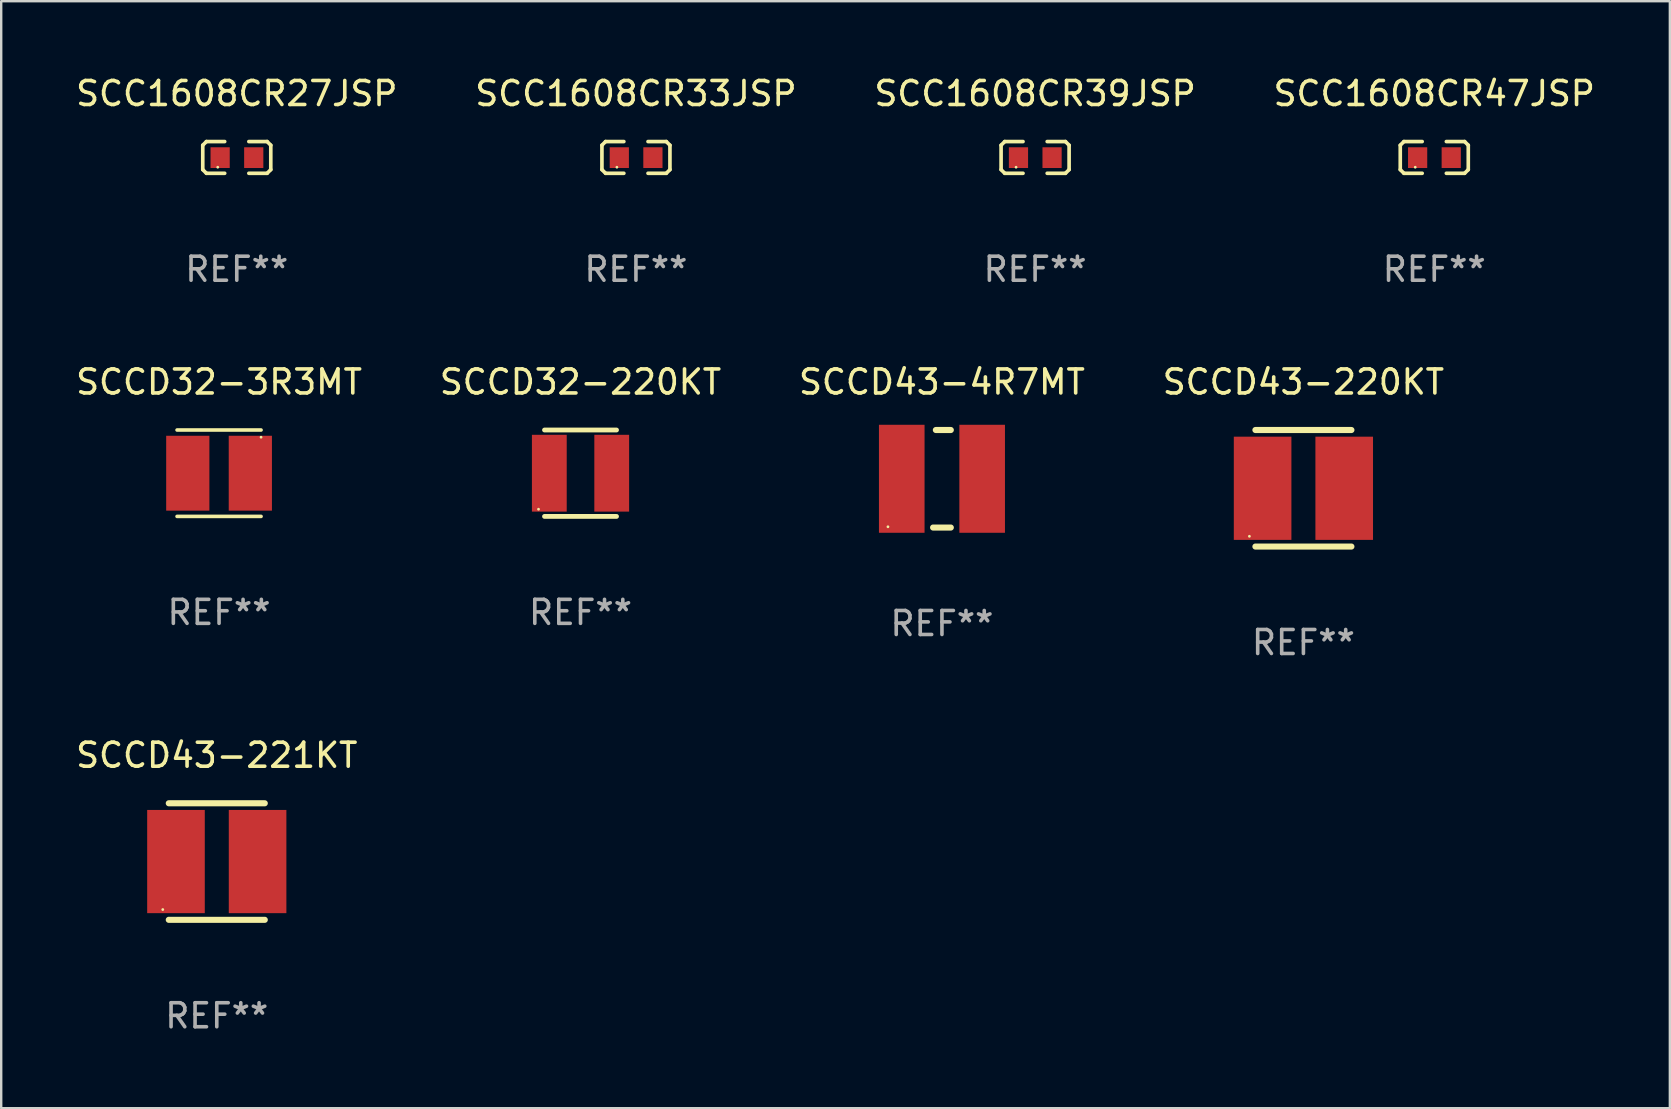
<source format=kicad_pcb>
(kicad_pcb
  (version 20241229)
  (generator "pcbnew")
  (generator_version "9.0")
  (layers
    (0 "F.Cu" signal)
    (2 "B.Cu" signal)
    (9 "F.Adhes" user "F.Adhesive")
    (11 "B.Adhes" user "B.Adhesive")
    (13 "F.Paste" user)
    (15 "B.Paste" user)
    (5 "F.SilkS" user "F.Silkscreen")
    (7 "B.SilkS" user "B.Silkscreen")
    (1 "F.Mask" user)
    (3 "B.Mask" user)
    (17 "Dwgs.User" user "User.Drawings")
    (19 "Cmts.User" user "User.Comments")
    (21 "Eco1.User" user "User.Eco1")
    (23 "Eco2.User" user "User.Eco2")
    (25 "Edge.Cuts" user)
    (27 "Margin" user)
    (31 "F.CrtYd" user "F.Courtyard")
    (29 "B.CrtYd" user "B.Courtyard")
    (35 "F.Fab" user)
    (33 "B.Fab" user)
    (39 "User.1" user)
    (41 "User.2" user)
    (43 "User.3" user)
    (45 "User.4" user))
  (footprint "SCC1608CR47JSP"
    (layer "F.Cu")
    (at 56.708 3.509)
    (property "Reference" "SCC1608CR47JSP" (at 0 -2.661 0) (layer "F.SilkS") (effects (font (size 1 1) (thickness 0.15))))
    (attr through_hole)
    (fp_line (start -1.417 -0.508) (end -1.265 -0.661) (stroke (width 0.152) (type solid)) (layer "F.SilkS"))
    (fp_line (start -1.417 0.508) (end -1.417 -0.508) (stroke (width 0.152) (type solid)) (layer "F.SilkS"))
    (fp_line (start -1.265 -0.661) (end -0.503 -0.661) (stroke (width 0.152) (type solid)) (layer "F.SilkS"))
    (fp_line (start -1.265 0.661) (end -1.417 0.508) (stroke (width 0.152) (type solid)) (layer "F.SilkS"))
    (fp_line (start -1.265 0.661) (end -0.503 0.661) (stroke (width 0.152) (type solid)) (layer "F.SilkS"))
    (fp_line (start 1.265 -0.661) (end 0.503 -0.661) (stroke (width 0.152) (type solid)) (layer "F.SilkS"))
    (fp_line (start 1.265 -0.661) (end 1.417 -0.508) (stroke (width 0.152) (type solid)) (layer "F.SilkS"))
    (fp_line (start 1.265 0.661) (end 0.503 0.661) (stroke (width 0.152) (type solid)) (layer "F.SilkS"))
    (fp_line (start 1.417 -0.508) (end 1.417 0.508) (stroke (width 0.152) (type solid)) (layer "F.SilkS"))
    (fp_line (start 1.417 0.508) (end 1.265 0.661) (stroke (width 0.152) (type solid)) (layer "F.SilkS"))
    (fp_circle (center -0.793 0.409) (end -0.763 0.409) (stroke (width 0.06) (type solid)) (fill no) (layer "F.SilkS"))
    (fp_text user "REF**" (at 0 4.661 0) (layer "F.Fab") (effects (font (size 1 1) (thickness 0.15))))
    (pad "1" smd rect (at -0.693 0.009 180) (size 0.8 0.864) (layers "F.Cu" "F.Mask" "F.Paste"))
    (pad "2" smd rect (at 0.707 0.009 180) (size 0.8 0.864) (layers "F.Cu" "F.Mask" "F.Paste")))
  (footprint "SCCD32-3R3MT"
    (layer "F.Cu")
    (at 6.077 16.666)
    (property "Reference" "SCCD32-3R3MT" (at 0 -3.8 0) (layer "F.SilkS") (effects (font (size 1 1) (thickness 0.15))))
    (attr through_hole)
    (fp_line (start -1.75 -1.8) (end 1.75 -1.8) (stroke (width 0.15) (type solid)) (layer "F.SilkS"))
    (fp_line (start 1.75 1.8) (end -1.75 1.8) (stroke (width 0.15) (type solid)) (layer "F.SilkS"))
    (fp_circle (center 1.75 -1.5) (end 1.78 -1.5) (stroke (width 0.06) (type solid)) (fill no) (layer "F.SilkS"))
    (fp_text user "REF**" (at 0 5.8 0) (layer "F.Fab") (effects (font (size 1 1) (thickness 0.15))))
    (pad "1" smd rect (at 1.303 0.000051) (size 1.8 3.12) (layers "F.Cu" "F.Mask" "F.Paste"))
    (pad "2" smd rect (at -1.303 0.000051) (size 1.8 3.12) (layers "F.Cu" "F.Mask" "F.Paste")))
  (footprint "SCC1608CR33JSP"
    (layer "F.Cu")
    (at 23.446 3.509)
    (property "Reference" "SCC1608CR33JSP" (at 0 -2.661 0) (layer "F.SilkS") (effects (font (size 1 1) (thickness 0.15))))
    (attr through_hole)
    (fp_line (start -1.417 -0.508) (end -1.265 -0.661) (stroke (width 0.152) (type solid)) (layer "F.SilkS"))
    (fp_line (start -1.417 0.508) (end -1.417 -0.508) (stroke (width 0.152) (type solid)) (layer "F.SilkS"))
    (fp_line (start -1.265 -0.661) (end -0.503 -0.661) (stroke (width 0.152) (type solid)) (layer "F.SilkS"))
    (fp_line (start -1.265 0.661) (end -1.417 0.508) (stroke (width 0.152) (type solid)) (layer "F.SilkS"))
    (fp_line (start -1.265 0.661) (end -0.503 0.661) (stroke (width 0.152) (type solid)) (layer "F.SilkS"))
    (fp_line (start 1.265 -0.661) (end 0.503 -0.661) (stroke (width 0.152) (type solid)) (layer "F.SilkS"))
    (fp_line (start 1.265 -0.661) (end 1.417 -0.508) (stroke (width 0.152) (type solid)) (layer "F.SilkS"))
    (fp_line (start 1.265 0.661) (end 0.503 0.661) (stroke (width 0.152) (type solid)) (layer "F.SilkS"))
    (fp_line (start 1.417 -0.508) (end 1.417 0.508) (stroke (width 0.152) (type solid)) (layer "F.SilkS"))
    (fp_line (start 1.417 0.508) (end 1.265 0.661) (stroke (width 0.152) (type solid)) (layer "F.SilkS"))
    (fp_circle (center -0.793 0.409) (end -0.763 0.409) (stroke (width 0.06) (type solid)) (fill no) (layer "F.SilkS"))
    (fp_text user "REF**" (at 0 4.661 0) (layer "F.Fab") (effects (font (size 1 1) (thickness 0.15))))
    (pad "1" smd rect (at -0.693 0.009 180) (size 0.8 0.864) (layers "F.Cu" "F.Mask" "F.Paste"))
    (pad "2" smd rect (at 0.707 0.009 180) (size 0.8 0.864) (layers "F.Cu" "F.Mask" "F.Paste")))
  (footprint "SCC1608CR27JSP"
    (layer "F.Cu")
    (at 6.815 3.509)
    (property "Reference" "SCC1608CR27JSP" (at 0 -2.661 0) (layer "F.SilkS") (effects (font (size 1 1) (thickness 0.15))))
    (attr through_hole)
    (fp_line (start -1.417 -0.508) (end -1.265 -0.661) (stroke (width 0.152) (type solid)) (layer "F.SilkS"))
    (fp_line (start -1.417 0.508) (end -1.417 -0.508) (stroke (width 0.152) (type solid)) (layer "F.SilkS"))
    (fp_line (start -1.265 -0.661) (end -0.503 -0.661) (stroke (width 0.152) (type solid)) (layer "F.SilkS"))
    (fp_line (start -1.265 0.661) (end -1.417 0.508) (stroke (width 0.152) (type solid)) (layer "F.SilkS"))
    (fp_line (start -1.265 0.661) (end -0.503 0.661) (stroke (width 0.152) (type solid)) (layer "F.SilkS"))
    (fp_line (start 1.265 -0.661) (end 0.503 -0.661) (stroke (width 0.152) (type solid)) (layer "F.SilkS"))
    (fp_line (start 1.265 -0.661) (end 1.417 -0.508) (stroke (width 0.152) (type solid)) (layer "F.SilkS"))
    (fp_line (start 1.265 0.661) (end 0.503 0.661) (stroke (width 0.152) (type solid)) (layer "F.SilkS"))
    (fp_line (start 1.417 -0.508) (end 1.417 0.508) (stroke (width 0.152) (type solid)) (layer "F.SilkS"))
    (fp_line (start 1.417 0.508) (end 1.265 0.661) (stroke (width 0.152) (type solid)) (layer "F.SilkS"))
    (fp_circle (center -0.793 0.409) (end -0.763 0.409) (stroke (width 0.06) (type solid)) (fill no) (layer "F.SilkS"))
    (fp_text user "REF**" (at 0 4.661 0) (layer "F.Fab") (effects (font (size 1 1) (thickness 0.15))))
    (pad "1" smd rect (at -0.693 0.009 180) (size 0.8 0.864) (layers "F.Cu" "F.Mask" "F.Paste"))
    (pad "2" smd rect (at 0.707 0.009 180) (size 0.8 0.864) (layers "F.Cu" "F.Mask" "F.Paste")))
  (footprint "SCCD43-4R7MT"
    (layer "F.Cu")
    (at 36.196 16.898)
    (property "Reference" "SCCD43-4R7MT" (at 0 -4.032 0) (layer "F.SilkS") (effects (font (size 1 1) (thickness 0.15))))
    (attr through_hole)
    (fp_line (start -0.369 2.032) (end 0.369 2.032) (stroke (width 0.254) (type solid)) (layer "F.SilkS"))
    (fp_line (start -0.254 -2.032) (end 0.369 -2.032) (stroke (width 0.254) (type solid)) (layer "F.SilkS"))
    (fp_circle (center -2.25 2) (end -2.22 2) (stroke (width 0.06) (type solid)) (fill no) (layer "F.SilkS"))
    (fp_text user "REF**" (at 0 6.032 0) (layer "F.Fab") (effects (font (size 1 1) (thickness 0.15))))
    (pad "1" smd rect (at -1.675 0 90) (size 4.5 1.9) (layers "F.Cu" "F.Mask" "F.Paste"))
    (pad "2" smd rect (at 1.675 0 90) (size 4.5 1.9) (layers "F.Cu" "F.Mask" "F.Paste")))
  (footprint "SCCD43-220KT"
    (layer "F.Cu")
    (at 51.256 17.294)
    (property "Reference" "SCCD43-220KT" (at 0 -4.428 0) (layer "F.SilkS") (effects (font (size 1 1) (thickness 0.15))))
    (attr through_hole)
    (fp_line (start -2 -2.428) (end 2 -2.428) (stroke (width 0.254) (type solid)) (layer "F.SilkS"))
    (fp_line (start 2 2.428) (end -2 2.428) (stroke (width 0.254) (type solid)) (layer "F.SilkS"))
    (fp_circle (center -2.25 2) (end -2.22 2) (stroke (width 0.06) (type solid)) (fill no) (layer "F.SilkS"))
    (fp_text user "REF**" (at 0 6.428 0) (layer "F.Fab") (effects (font (size 1 1) (thickness 0.15))))
    (pad "1" smd rect (at -1.7 0 90) (size 4.3 2.4) (layers "F.Cu" "F.Mask" "F.Paste"))
    (pad "2" smd rect (at 1.7 0 90) (size 4.3 2.4) (layers "F.Cu" "F.Mask" "F.Paste")))
  (footprint "SCC1608CR39JSP"
    (layer "F.Cu")
    (at 40.077 3.509)
    (property "Reference" "SCC1608CR39JSP" (at 0 -2.661 0) (layer "F.SilkS") (effects (font (size 1 1) (thickness 0.15))))
    (attr through_hole)
    (fp_line (start -1.417 -0.508) (end -1.265 -0.661) (stroke (width 0.152) (type solid)) (layer "F.SilkS"))
    (fp_line (start -1.417 0.508) (end -1.417 -0.508) (stroke (width 0.152) (type solid)) (layer "F.SilkS"))
    (fp_line (start -1.265 -0.661) (end -0.503 -0.661) (stroke (width 0.152) (type solid)) (layer "F.SilkS"))
    (fp_line (start -1.265 0.661) (end -1.417 0.508) (stroke (width 0.152) (type solid)) (layer "F.SilkS"))
    (fp_line (start -1.265 0.661) (end -0.503 0.661) (stroke (width 0.152) (type solid)) (layer "F.SilkS"))
    (fp_line (start 1.265 -0.661) (end 0.503 -0.661) (stroke (width 0.152) (type solid)) (layer "F.SilkS"))
    (fp_line (start 1.265 -0.661) (end 1.417 -0.508) (stroke (width 0.152) (type solid)) (layer "F.SilkS"))
    (fp_line (start 1.265 0.661) (end 0.503 0.661) (stroke (width 0.152) (type solid)) (layer "F.SilkS"))
    (fp_line (start 1.417 -0.508) (end 1.417 0.508) (stroke (width 0.152) (type solid)) (layer "F.SilkS"))
    (fp_line (start 1.417 0.508) (end 1.265 0.661) (stroke (width 0.152) (type solid)) (layer "F.SilkS"))
    (fp_circle (center -0.793 0.409) (end -0.763 0.409) (stroke (width 0.06) (type solid)) (fill no) (layer "F.SilkS"))
    (fp_text user "REF**" (at 0 4.661 0) (layer "F.Fab") (effects (font (size 1 1) (thickness 0.15))))
    (pad "1" smd rect (at -0.693 0.009 180) (size 0.8 0.864) (layers "F.Cu" "F.Mask" "F.Paste"))
    (pad "2" smd rect (at 0.707 0.009 180) (size 0.8 0.864) (layers "F.Cu" "F.Mask" "F.Paste")))
  (footprint "SCCD32-220KT"
    (layer "F.Cu")
    (at 21.137 16.666)
    (property "Reference" "SCCD32-220KT" (at 0 -3.8 0) (layer "F.SilkS") (effects (font (size 1 1) (thickness 0.15))))
    (attr through_hole)
    (fp_line (start -1.5 -1.8) (end 1.5 -1.8) (stroke (width 0.2) (type solid)) (layer "F.SilkS"))
    (fp_line (start -1.5 1.8) (end 1.5 1.8) (stroke (width 0.2) (type solid)) (layer "F.SilkS"))
    (fp_circle (center -1.75 1.5) (end -1.72 1.5) (stroke (width 0.06) (type solid)) (fill no) (layer "F.SilkS"))
    (fp_text user "REF**" (at 0 5.8 0) (layer "F.Fab") (effects (font (size 1 1) (thickness 0.15))))
    (pad "1" smd rect (at -1.3 0) (size 1.45 3.2) (layers "F.Cu" "F.Mask" "F.Paste"))
    (pad "2" smd rect (at 1.3 0) (size 1.45 3.2) (layers "F.Cu" "F.Mask" "F.Paste")))
  (footprint "SCCD43-221KT"
    (layer "F.Cu")
    (at 5.982 32.846)
    (property "Reference" "SCCD43-221KT" (at 0 -4.428 0) (layer "F.SilkS") (effects (font (size 1 1) (thickness 0.15))))
    (attr through_hole)
    (fp_line (start -2 -2.428) (end 2 -2.428) (stroke (width 0.254) (type solid)) (layer "F.SilkS"))
    (fp_line (start 2 2.428) (end -2 2.428) (stroke (width 0.254) (type solid)) (layer "F.SilkS"))
    (fp_circle (center -2.25 2) (end -2.22 2) (stroke (width 0.06) (type solid)) (fill no) (layer "F.SilkS"))
    (fp_text user "REF**" (at 0 6.428 0) (layer "F.Fab") (effects (font (size 1 1) (thickness 0.15))))
    (pad "1" smd rect (at -1.7 0 90) (size 4.3 2.4) (layers "F.Cu" "F.Mask" "F.Paste"))
    (pad "2" smd rect (at 1.7 0 90) (size 4.3 2.4) (layers "F.Cu" "F.Mask" "F.Paste")))
  (gr_rect
    (start -3 -3)
    (end 66.524 43.122)
    (stroke (width 0.1) (type default))
    (fill no)
    (layer "Edge.Cuts")))
</source>
